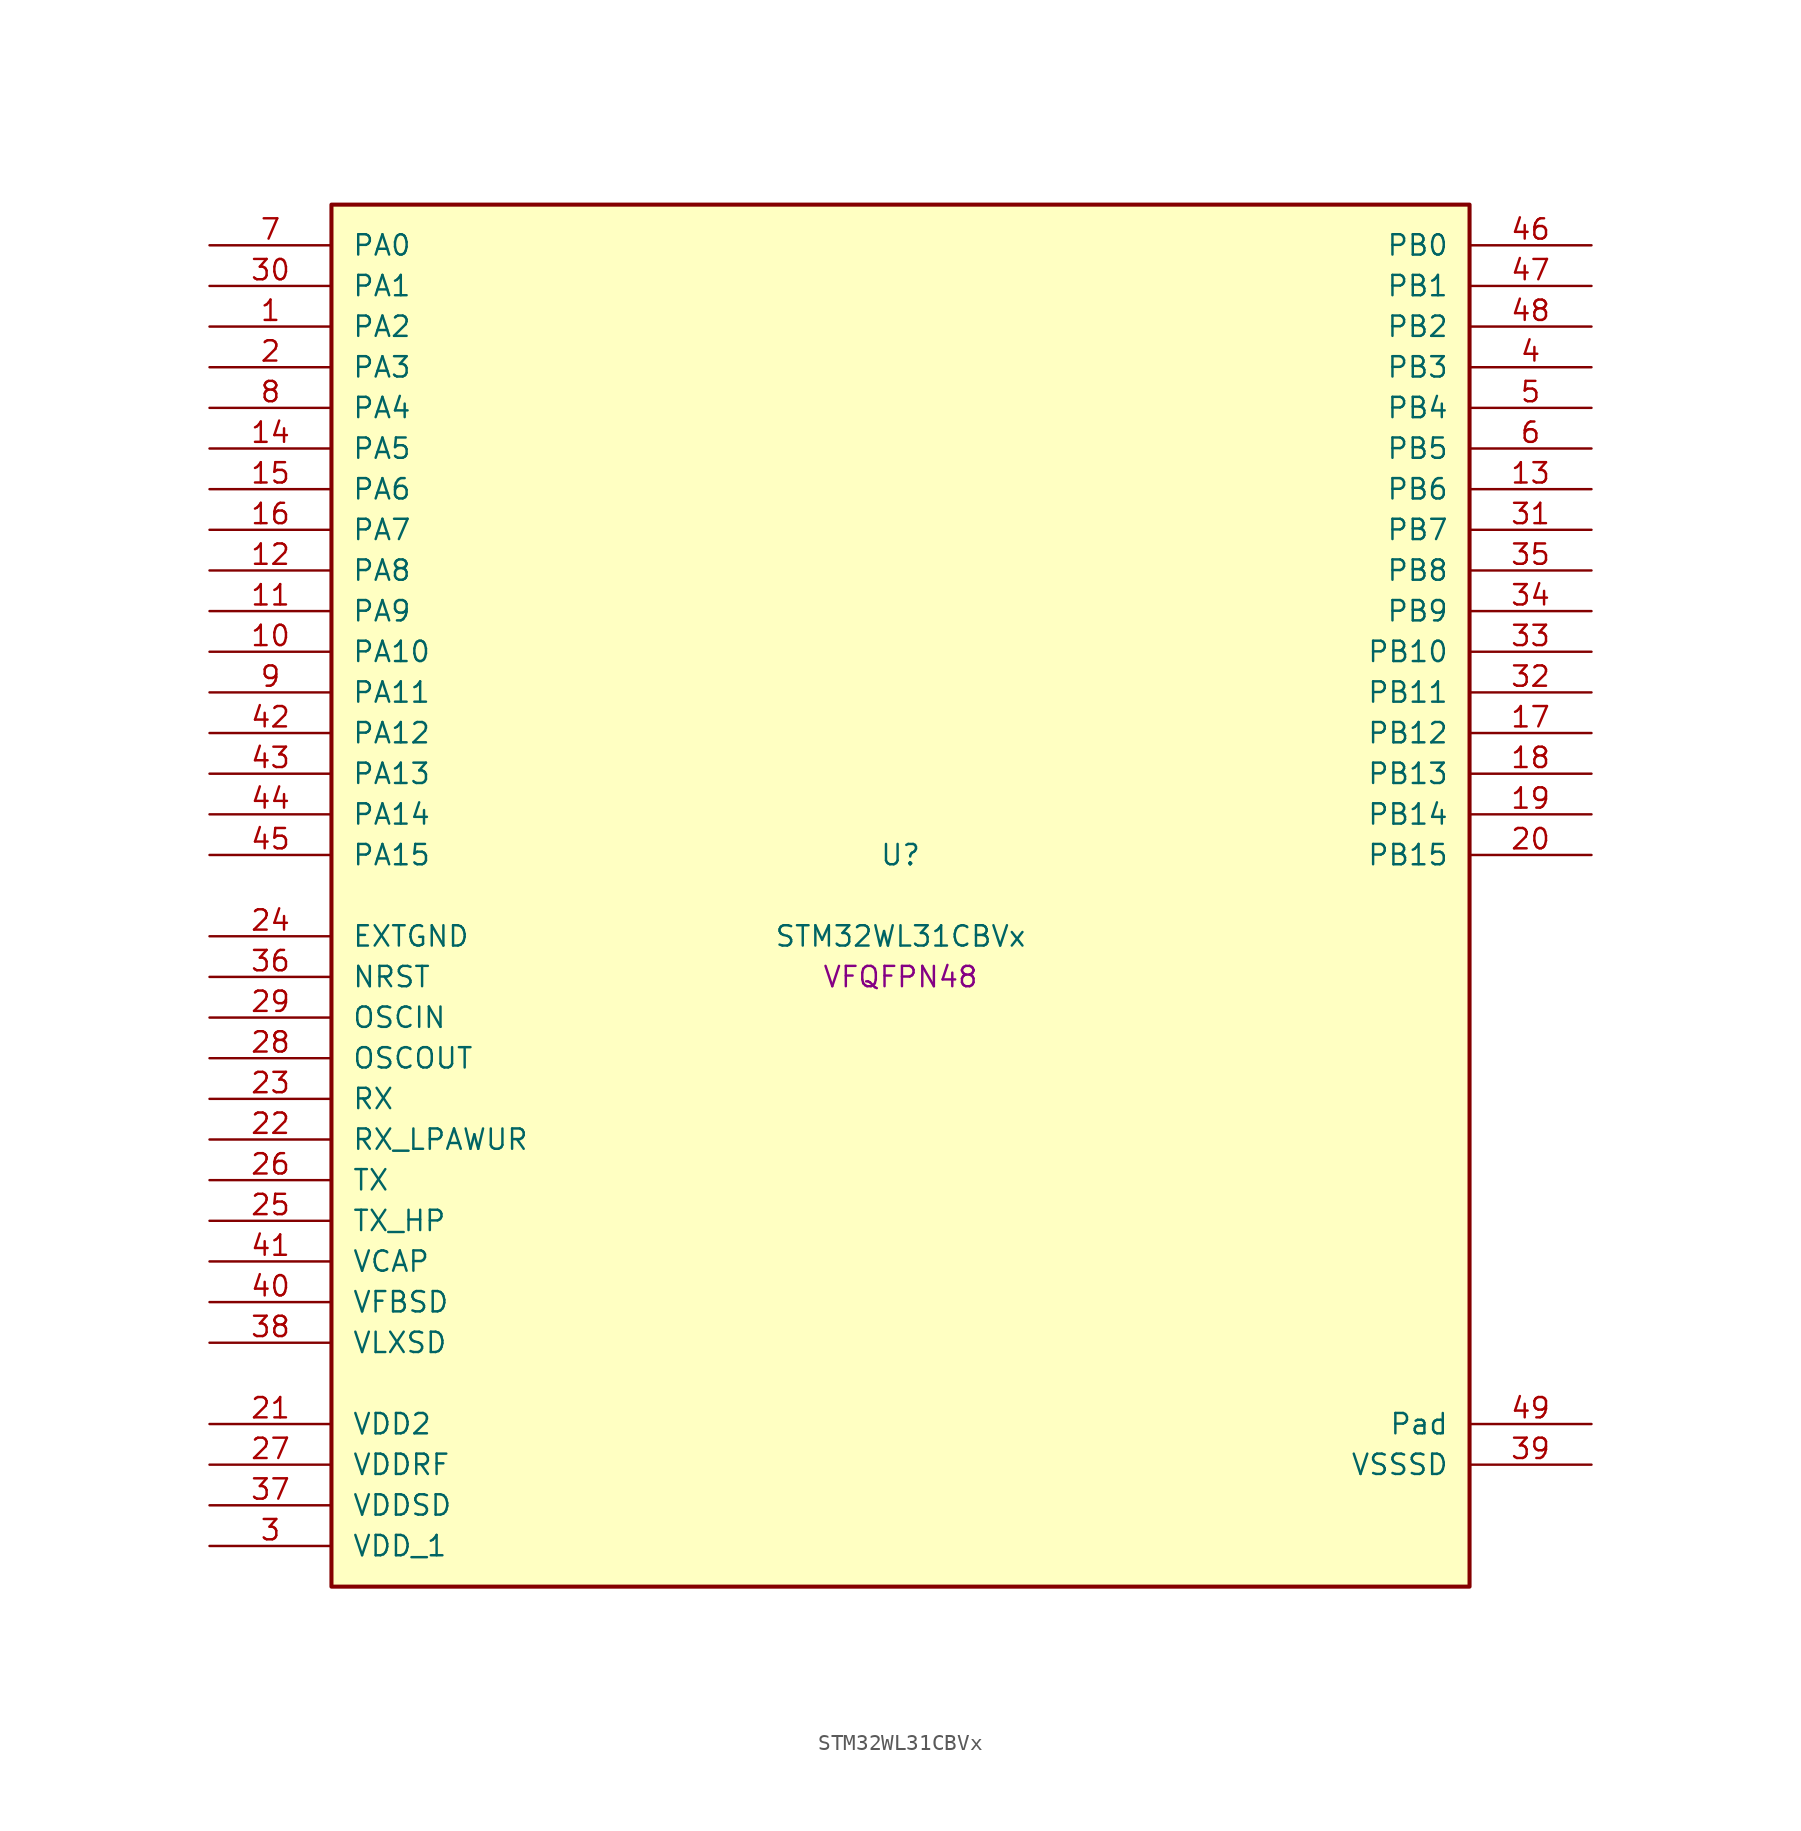
<source format=kicad_sym>
(kicad_symbol_lib
  (version 20241209)
  (generator "stm32_pkl_generator")
  (generator_version "1.0")
  (symbol "STM32WL31CBVx"
    (pin_names
      (offset 1.27))
    (property "Reference" "U"
      (at 0 2.54 0))
    (property "Value" "STM32WL31CBVx"
      (at 0 -2.54 0))
    (property "Footprint" "VFQFPN48"
      (at 0 -5.08 0))
    (symbol "STM32WL31CBVx_1_1"
      (rectangle (start -35.56 43.18) (end 35.56 -43.18) (stroke (width 0.254) (type solid)) (fill (type background)))
      (pin bidirectional line (at -43.18 40.64 0) (length 7.62) (name "PA0") (number "7") (alternate "PA0/I2C1_SCL" bidirectional line) (alternate "PA0/PWR_WKUP12" bidirectional line) (alternate "PA0/TIM2_CH3" bidirectional line) (alternate "PA0/USART1_CTS" bidirectional line))
      (pin bidirectional line (at -43.18 38.1 0) (length 7.62) (name "PA1") (number "30") (alternate "PA1/I2C1_SDA" bidirectional line) (alternate "PA1/PWR_WKUP13" bidirectional line) (alternate "PA1/TIM16_BRK" bidirectional line) (alternate "PA1/TIM2_CH4" bidirectional line) (alternate "PA1/USART1_TX" bidirectional line))
      (pin bidirectional line (at -43.18 35.56 0) (length 7.62) (name "PA2") (number "1") (alternate "PA2/ADC1_VINM2" bidirectional line) (alternate "PA2/DEBUG_SWDIO" bidirectional line) (alternate "PA2/PWR_WKUP14" bidirectional line) (alternate "PA2/TIM16_CH1" bidirectional line) (alternate "PA2/TIM2_CH1" bidirectional line) (alternate "PA2/USART1_CK" bidirectional line))
      (pin bidirectional line (at -43.18 33.02 0) (length 7.62) (name "PA3") (number "2") (alternate "PA3/ADC1_VINP2" bidirectional line) (alternate "PA3/DEBUG_SWCLK" bidirectional line) (alternate "PA3/PWR_WKUP15" bidirectional line) (alternate "PA3/SPI3_SCK" bidirectional line) (alternate "PA3/TIM16_CH1N" bidirectional line) (alternate "PA3/TIM2_CH2" bidirectional line) (alternate "PA3/USART1_DE" bidirectional line) (alternate "PA3/USART1_RTS" bidirectional line))
      (pin bidirectional line (at -43.18 30.48 0) (length 7.62) (name "PA4") (number "8") (alternate "PA4/LPUART1_TX" bidirectional line) (alternate "PA4/RCC_LCO" bidirectional line) (alternate "PA4/TIM2_CH1" bidirectional line))
      (pin bidirectional line (at -43.18 27.94 0) (length 7.62) (name "PA5") (number "14") (alternate "PA5/LPUART1_RX" bidirectional line) (alternate "PA5/RCC_MCO" bidirectional line) (alternate "PA5/TIM2_CH2" bidirectional line))
      (pin bidirectional line (at -43.18 25.4 0) (length 7.62) (name "PA6") (number "15") (alternate "PA6/TIM2_CH1" bidirectional line) (alternate "PA6/USART1_CTS" bidirectional line))
      (pin bidirectional line (at -43.18 22.86 0) (length 7.62) (name "PA7") (number "16") (alternate "PA7/LPUART1_DE" bidirectional line) (alternate "PA7/LPUART1_RTS" bidirectional line) (alternate "PA7/PWR_WKUP7" bidirectional line) (alternate "PA7/TIM2_CH2" bidirectional line))
      (pin bidirectional line (at -43.18 20.32 0) (length 7.62) (name "PA8") (number "12") (alternate "PA8/MRSUBG_RX_SEQUENCE" bidirectional line) (alternate "PA8/PWR_WKUP8" bidirectional line) (alternate "PA8/RTC_OUT" bidirectional line) (alternate "PA8/RTC_TAMP1" bidirectional line) (alternate "PA8/RTC_TS" bidirectional line) (alternate "PA8/SPI3_MISO" bidirectional line) (alternate "PA8/TIM2_CH3" bidirectional line) (alternate "PA8/USART1_RX" bidirectional line))
      (pin bidirectional line (at -43.18 17.78 0) (length 7.62) (name "PA9") (number "11") (alternate "PA9/PWR_WKUP9" bidirectional line) (alternate "PA9/RTC_OUT" bidirectional line) (alternate "PA9/SPI3_NSS" bidirectional line) (alternate "PA9/TIM2_CH4" bidirectional line) (alternate "PA9/USART1_TX" bidirectional line))
      (pin bidirectional line (at -43.18 15.24 0) (length 7.62) (name "PA10") (number "10") (alternate "PA10/LPUART1_CTS" bidirectional line) (alternate "PA10/MRSUBG_TX_DATA" bidirectional line) (alternate "PA10/MRSUBG_TX_SEQUENCE" bidirectional line) (alternate "PA10/PWR_WKUP10" bidirectional line))
      (pin bidirectional line (at -43.18 12.7 0) (length 7.62) (name "PA11") (number "9") (alternate "PA11/MRSUBG_RX_SEQUENCE" bidirectional line) (alternate "PA11/MRSUBG_TX_CLOCK" bidirectional line) (alternate "PA11/PWR_WKUP11" bidirectional line) (alternate "PA11/RCC_MCO" bidirectional line) (alternate "PA11/SPI3_MOSI" bidirectional line))
      (pin bidirectional line (at -43.18 10.16 0) (length 7.62) (name "PA12") (number "42") (alternate "PA12/DEBUG_SWDIO" bidirectional line) (alternate "PA12/I2C1_SMBA" bidirectional line) (alternate "PA12/SPI1_NSS" bidirectional line) (alternate "PA12/TIM2_CH1" bidirectional line))
      (pin bidirectional line (at -43.18 7.62 0) (length 7.62) (name "PA13") (number "43") (alternate "PA13/DEBUG_SWCLK" bidirectional line) (alternate "PA13/SPI1_SCK" bidirectional line) (alternate "PA13/TIM2_ETR" bidirectional line))
      (pin bidirectional line (at -43.18 5.08 0) (length 7.62) (name "PA14") (number "44") (alternate "PA14/LCSC_LCB" bidirectional line) (alternate "PA14/SPI1_MISO" bidirectional line))
      (pin bidirectional line (at -43.18 2.54 0) (length 7.62) (name "PA15") (number "45") (alternate "PA15/SPI1_MOSI" bidirectional line) (alternate "PA15/USART1_RX" bidirectional line))
      (pin bidirectional line (at 43.18 40.64 180) (length 7.62) (name "PB0") (number "46") (alternate "PB0/ADC1_VINM1" bidirectional line) (alternate "PB0/LPUART1_DE" bidirectional line) (alternate "PB0/LPUART1_RTS" bidirectional line) (alternate "PB0/MRSUBG_ANTENNA_SWITCH" bidirectional line) (alternate "PB0/PWR_WKUP0" bidirectional line) (alternate "PB0/SPI1_NSS" bidirectional line) (alternate "PB0/TIM16_CH1" bidirectional line) (alternate "PB0/USART1_RX" bidirectional line))
      (pin bidirectional line (at 43.18 38.1 180) (length 7.62) (name "PB1") (number "47") (alternate "PB1/ADC1_VINP1" bidirectional line) (alternate "PB1/DEBUG_SWDIO" bidirectional line) (alternate "PB1/MRSUBG_RX_DATA" bidirectional line) (alternate "PB1/PWR_WKUP1" bidirectional line) (alternate "PB1/SPI1_SCK" bidirectional line) (alternate "PB1/TIM16_CH1N" bidirectional line) (alternate "PB1/USART1_CK" bidirectional line))
      (pin bidirectional line (at 43.18 35.56 180) (length 7.62) (name "PB2") (number "48") (alternate "PB2/ADC1_VINM0" bidirectional line) (alternate "PB2/DEBUG_SWCLK" bidirectional line) (alternate "PB2/MRSUBG_RX_CLOCK" bidirectional line) (alternate "PB2/PWR_WKUP2" bidirectional line) (alternate "PB2/SPI1_MISO" bidirectional line) (alternate "PB2/TIM16_BRK" bidirectional line) (alternate "PB2/USART1_DE" bidirectional line) (alternate "PB2/USART1_RTS" bidirectional line))
      (pin bidirectional line (at 43.18 33.02 180) (length 7.62) (name "PB3") (number "4") (alternate "PB3/ADC1_VINP0" bidirectional line) (alternate "PB3/LPUART1_TX" bidirectional line) (alternate "PB3/PWR_WKUP3" bidirectional line) (alternate "PB3/SPI1_MOSI" bidirectional line) (alternate "PB3/TIM2_CH4" bidirectional line) (alternate "PB3/USART1_CTS" bidirectional line))
      (pin bidirectional line (at 43.18 30.48 180) (length 7.62) (name "PB4") (number "5") (alternate "PB4/ADC1_VINM3" bidirectional line) (alternate "PB4/DAC1_VCMBUFF" bidirectional line) (alternate "PB4/LPUART1_TX" bidirectional line) (alternate "PB4/PWR_WKUP4" bidirectional line) (alternate "PB4/SPI3_MISO" bidirectional line))
      (pin bidirectional line (at 43.18 27.94 180) (length 7.62) (name "PB5") (number "6") (alternate "PB5/ADC1_VINP3" bidirectional line) (alternate "PB5/LPUART1_RX" bidirectional line) (alternate "PB5/PWR_WKUP5" bidirectional line) (alternate "PB5/SPI3_NSS" bidirectional line))
      (pin bidirectional line (at 43.18 25.4 180) (length 7.62) (name "PB6") (number "13") (alternate "PB6/I2C1_SCL" bidirectional line) (alternate "PB6/LPUART1_TX" bidirectional line) (alternate "PB6/PWR_WKUP6" bidirectional line) (alternate "PB6/SPI3_SCK" bidirectional line) (alternate "PB6/TIM2_CH3" bidirectional line))
      (pin bidirectional line (at 43.18 22.86 180) (length 7.62) (name "PB7") (number "31") (alternate "PB7/I2C1_SDA" bidirectional line) (alternate "PB7/LPUART1_RX" bidirectional line) (alternate "PB7/PWR_WKUP7" bidirectional line) (alternate "PB7/SPI3_MOSI" bidirectional line) (alternate "PB7/TIM2_ETR" bidirectional line))
      (pin bidirectional line (at 43.18 20.32 180) (length 7.62) (name "PB8") (number "35") (alternate "PB8/LPUART1_RX" bidirectional line) (alternate "PB8/SPI1_MISO" bidirectional line) (alternate "PB8/TIM2_CH4" bidirectional line) (alternate "PB8/USART1_CK" bidirectional line))
      (pin bidirectional line (at 43.18 17.78 180) (length 7.62) (name "PB9") (number "34") (alternate "PB9/LPUART1_CTS" bidirectional line) (alternate "PB9/SPI1_MOSI" bidirectional line) (alternate "PB9/USART1_TX" bidirectional line))
      (pin bidirectional line (at 43.18 15.24 180) (length 7.62) (name "PB10") (number "33") (alternate "PB10/I2C1_SDA" bidirectional line) (alternate "PB10/SPI1_NSS" bidirectional line) (alternate "PB10/TIM2_CH2" bidirectional line))
      (pin bidirectional line (at 43.18 12.7 180) (length 7.62) (name "PB11") (number "32") (alternate "PB11/I2C1_SCL" bidirectional line) (alternate "PB11/SPI1_SCK" bidirectional line) (alternate "PB11/TIM2_CH1" bidirectional line) (alternate "PB11/USART1_DE" bidirectional line) (alternate "PB11/USART1_RTS" bidirectional line))
      (pin bidirectional line (at 43.18 10.16 180) (length 7.62) (name "PB12") (number "17") (alternate "PB12/LPUART1_CTS" bidirectional line) (alternate "PB12/RCC_LCO" bidirectional line) (alternate "PB12/RCC_OSC32_OUT" bidirectional line) (alternate "PB12/TIM2_CH3" bidirectional line) (alternate "PB12/USART1_DE" bidirectional line) (alternate "PB12/USART1_RTS" bidirectional line))
      (pin bidirectional line (at 43.18 7.62 180) (length 7.62) (name "PB13") (number "18") (alternate "PB13/RCC_OSC32_IN" bidirectional line) (alternate "PB13/TIM2_CH4" bidirectional line))
      (pin bidirectional line (at 43.18 5.08 180) (length 7.62) (name "PB14") (number "19") (alternate "PB14/I2C1_SMBA" bidirectional line) (alternate "PB14/MRSUBG_TX_SEQUENCE" bidirectional line) (alternate "PB14/PWR_PVD_IN" bidirectional line) (alternate "PB14/RCC_MCO" bidirectional line) (alternate "PB14/TIM2_ETR" bidirectional line) (alternate "PB14/USART1_RX" bidirectional line))
      (pin bidirectional line (at 43.18 2.54 180) (length 7.62) (name "PB15") (number "20") (alternate "PB15/USART1_TX" bidirectional line))
      (pin power_in line (at -43.18 -2.54 0) (length 7.62) (name "EXTGND") (number "24"))
      (pin input line (at -43.18 -5.08 0) (length 7.62) (name "NRST") (number "36"))
      (pin bidirectional line (at -43.18 -7.62 0) (length 7.62) (name "OSCIN") (number "29") (alternate "OSCIN/RCC_OSC_IN" bidirectional line))
      (pin bidirectional line (at -43.18 -10.16 0) (length 7.62) (name "OSCOUT") (number "28") (alternate "OSCOUT/RCC_OSC_OUT" bidirectional line))
      (pin input line (at -43.18 -12.7 0) (length 7.62) (name "RX") (number "23"))
      (pin input line (at -43.18 -15.24 0) (length 7.62) (name "RX_LPAWUR") (number "22"))
      (pin input line (at -43.18 -17.78 0) (length 7.62) (name "TX") (number "26"))
      (pin input line (at -43.18 -20.32 0) (length 7.62) (name "TX_HP") (number "25"))
      (pin power_in line (at -43.18 -22.86 0) (length 7.62) (name "VCAP") (number "41"))
      (pin power_in line (at -43.18 -25.4 0) (length 7.62) (name "VFBSD") (number "40"))
      (pin power_in line (at -43.18 -27.94 0) (length 7.62) (name "VLXSD") (number "38"))
      (pin power_in line (at -43.18 -33.02 0) (length 7.62) (name "VDD2") (number "21"))
      (pin power_in line (at -43.18 -35.56 0) (length 7.62) (name "VDDRF") (number "27"))
      (pin power_in line (at -43.18 -38.1 0) (length 7.62) (name "VDDSD") (number "37"))
      (pin power_in line (at -43.18 -40.64 0) (length 7.62) (name "VDD_1") (number "3"))
      (pin passive line (at 43.18 -33.02 180) (length 7.62) (name "Pad") (number "49"))
      (pin power_in line (at 43.18 -35.56 180) (length 7.62) (name "VSSSD") (number "39")))))
</source>
